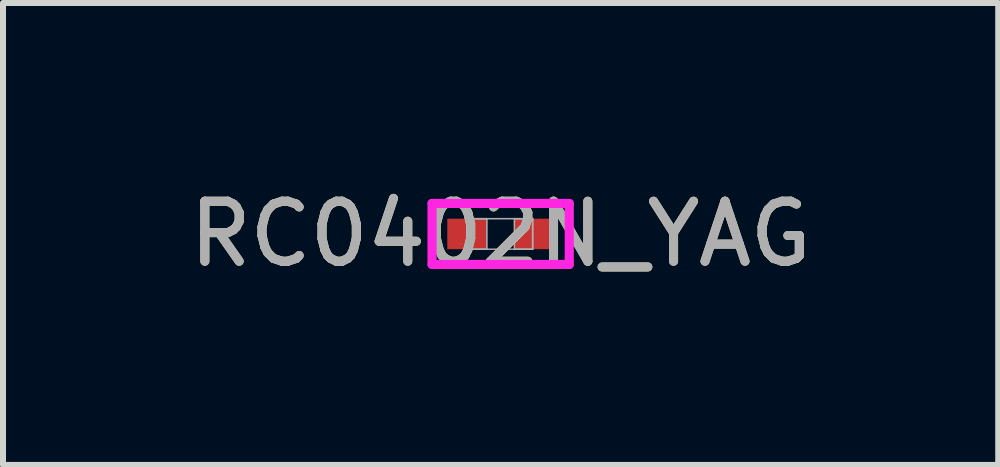
<source format=kicad_pcb>
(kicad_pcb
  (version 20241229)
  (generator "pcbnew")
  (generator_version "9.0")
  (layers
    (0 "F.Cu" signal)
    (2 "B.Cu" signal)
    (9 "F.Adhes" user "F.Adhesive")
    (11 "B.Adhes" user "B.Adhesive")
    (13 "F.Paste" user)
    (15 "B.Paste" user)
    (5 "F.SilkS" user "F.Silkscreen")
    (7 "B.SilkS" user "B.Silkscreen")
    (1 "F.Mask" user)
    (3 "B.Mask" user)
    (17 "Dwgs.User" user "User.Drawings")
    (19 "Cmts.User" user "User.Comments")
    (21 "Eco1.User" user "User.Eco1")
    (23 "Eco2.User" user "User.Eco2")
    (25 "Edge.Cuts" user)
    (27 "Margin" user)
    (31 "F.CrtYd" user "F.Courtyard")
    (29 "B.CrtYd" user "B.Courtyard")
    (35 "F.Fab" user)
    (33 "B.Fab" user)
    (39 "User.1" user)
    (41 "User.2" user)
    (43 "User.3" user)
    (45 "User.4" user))
  (footprint "RC0402N_YAG"
    (layer "F.Cu")
    (at 5.292 0.848)
    (property "Reference" "RC0402N_YAG" (at 0 0 0) (unlocked yes) (layer "F.SilkS") (effects (font (size 1 1) (thickness 0.15))))
    (attr smd)
    (fp_line (start -1.143 -0.508) (end 1.143 -0.508) (stroke (width 0.152) (type solid)) (layer "F.CrtYd"))
    (fp_line (start -1.143 0.508) (end -1.143 -0.508) (stroke (width 0.152) (type solid)) (layer "F.CrtYd"))
    (fp_line (start 1.143 -0.508) (end 1.143 0.508) (stroke (width 0.152) (type solid)) (layer "F.CrtYd"))
    (fp_line (start 1.143 0.508) (end -1.143 0.508) (stroke (width 0.152) (type solid)) (layer "F.CrtYd"))
    (fp_line (start -0.533 -0.254) (end -0.533 0.254) (stroke (width 0.025) (type solid)) (layer "F.Fab"))
    (fp_line (start -0.533 -0.254) (end -0.533 0.254) (stroke (width 0.025) (type solid)) (layer "F.Fab"))
    (fp_line (start -0.533 0.254) (end -0.229 0.254) (stroke (width 0.025) (type solid)) (layer "F.Fab"))
    (fp_line (start -0.533 0.254) (end 0.533 0.254) (stroke (width 0.025) (type solid)) (layer "F.Fab"))
    (fp_line (start -0.229 -0.254) (end -0.533 -0.254) (stroke (width 0.025) (type solid)) (layer "F.Fab"))
    (fp_line (start -0.229 0.254) (end -0.229 -0.254) (stroke (width 0.025) (type solid)) (layer "F.Fab"))
    (fp_line (start 0.229 -0.254) (end 0.229 0.254) (stroke (width 0.025) (type solid)) (layer "F.Fab"))
    (fp_line (start 0.229 0.254) (end 0.533 0.254) (stroke (width 0.025) (type solid)) (layer "F.Fab"))
    (fp_line (start 0.533 -0.254) (end -0.533 -0.254) (stroke (width 0.025) (type solid)) (layer "F.Fab"))
    (fp_line (start 0.533 -0.254) (end 0.229 -0.254) (stroke (width 0.025) (type solid)) (layer "F.Fab"))
    (fp_line (start 0.533 0.254) (end 0.533 -0.254) (stroke (width 0.025) (type solid)) (layer "F.Fab"))
    (fp_line (start 0.533 0.254) (end 0.533 -0.254) (stroke (width 0.025) (type solid)) (layer "F.Fab"))
    (fp_text user "${REFERENCE}" (at 0 0 0) (unlocked yes) (layer "F.Fab") (effects (font (size 1 1) (thickness 0.15))))
    (pad "1" smd rect (at -0.559 0) (size 0.66 0.508) (layers "F.Cu" "F.Mask" "F.Paste"))
    (pad "2" smd rect (at 0.559 0) (size 0.66 0.508) (layers "F.Cu" "F.Mask" "F.Paste"))
    (zone (net_name "") (layer "F.Cu") (hatch full 0.508) (connect_pads) (min_thickness 0.254) (filled_areas_thickness no) (keepout (tracks not_allowed) (vias not_allowed) (pads allowed) (copperpour not_allowed) (footprints allowed)) (placement (enabled no)) (fill) (polygon (pts (xy 5.114 0.645) (xy 5.469 0.645) (xy 5.469 1.051) (xy 5.114 1.051)))))
  (gr_rect
    (start -3 -3)
    (end 13.583 4.697)
    (stroke (width 0.1) (type default))
    (fill no)
    (layer "Edge.Cuts")))
</source>
